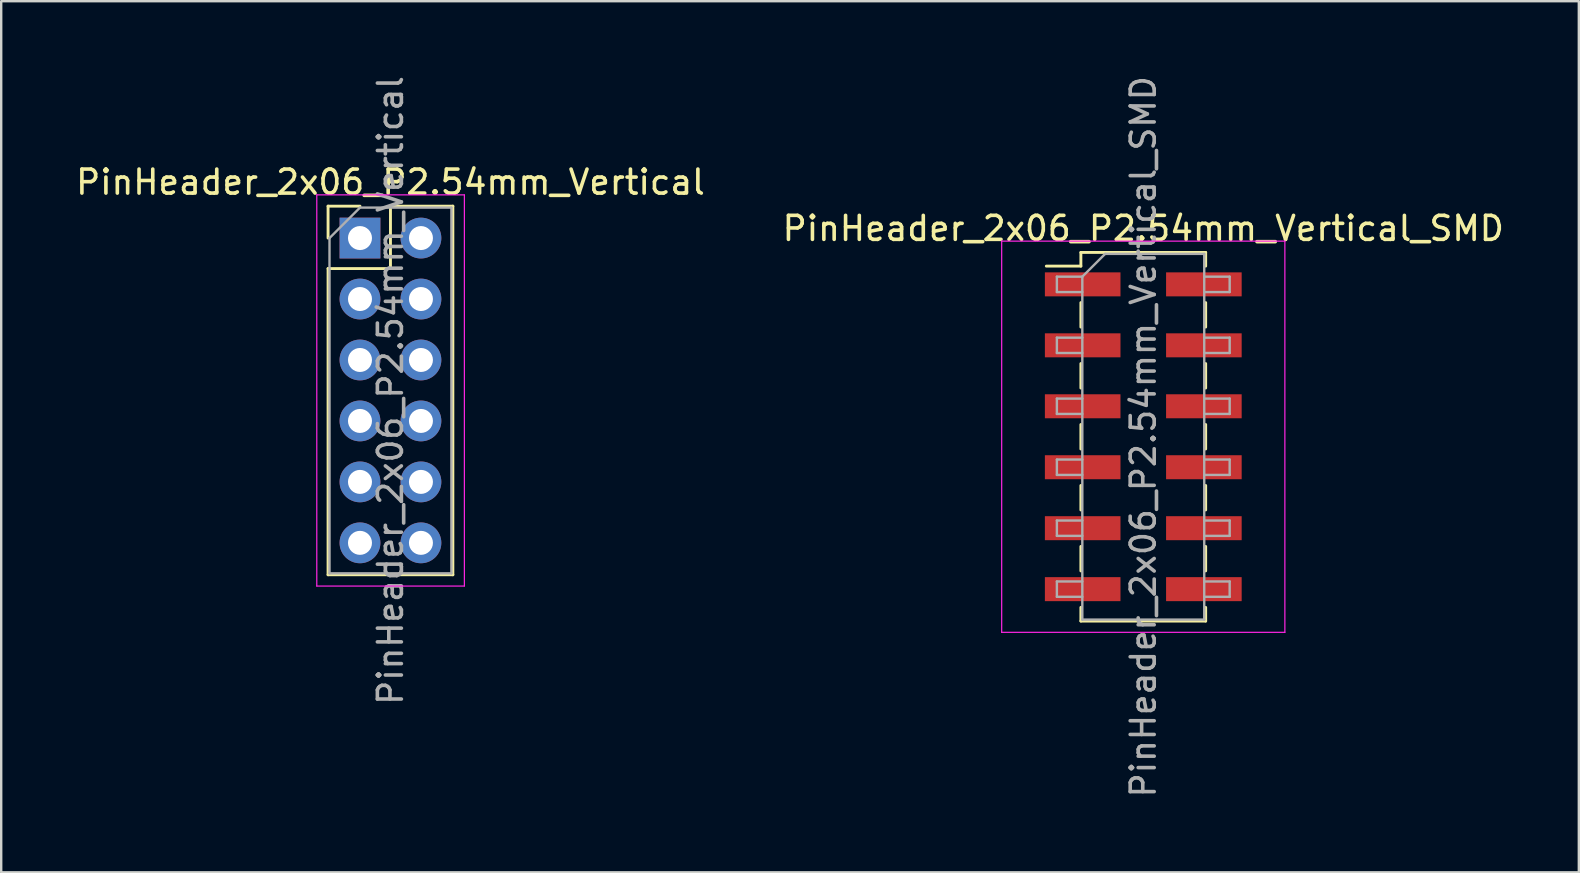
<source format=kicad_pcb>
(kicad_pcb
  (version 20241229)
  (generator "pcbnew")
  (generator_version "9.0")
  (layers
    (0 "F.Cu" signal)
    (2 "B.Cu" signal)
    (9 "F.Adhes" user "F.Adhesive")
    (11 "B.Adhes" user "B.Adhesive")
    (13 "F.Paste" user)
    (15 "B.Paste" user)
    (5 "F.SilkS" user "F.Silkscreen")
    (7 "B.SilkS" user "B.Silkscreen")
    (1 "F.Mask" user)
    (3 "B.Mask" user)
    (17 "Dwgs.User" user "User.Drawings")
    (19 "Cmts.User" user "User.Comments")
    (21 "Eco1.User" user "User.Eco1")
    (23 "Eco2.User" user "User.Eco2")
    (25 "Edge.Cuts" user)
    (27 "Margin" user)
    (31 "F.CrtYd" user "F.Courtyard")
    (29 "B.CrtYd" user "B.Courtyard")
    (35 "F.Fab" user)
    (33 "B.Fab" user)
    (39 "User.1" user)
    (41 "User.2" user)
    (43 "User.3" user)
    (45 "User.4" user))
  (footprint "PinHeader_2x06_P2.54mm_Vertical"
    (layer "F.Cu")
    (at 11.95 6.87)
    (property "Reference" "PinHeader_2x06_P2.54mm_Vertical" (at 1.27 -2.33 0) (layer "F.SilkS") (effects (font (size 1 1) (thickness 0.15))))
    (attr through_hole)
    (fp_line (start -1.33 -1.33) (end 0 -1.33) (stroke (width 0.12) (type solid)) (layer "F.SilkS"))
    (fp_line (start -1.33 0) (end -1.33 -1.33) (stroke (width 0.12) (type solid)) (layer "F.SilkS"))
    (fp_line (start -1.33 1.27) (end -1.33 14.03) (stroke (width 0.12) (type solid)) (layer "F.SilkS"))
    (fp_line (start -1.33 1.27) (end 1.27 1.27) (stroke (width 0.12) (type solid)) (layer "F.SilkS"))
    (fp_line (start -1.33 14.03) (end 3.87 14.03) (stroke (width 0.12) (type solid)) (layer "F.SilkS"))
    (fp_line (start 1.27 -1.33) (end 3.87 -1.33) (stroke (width 0.12) (type solid)) (layer "F.SilkS"))
    (fp_line (start 1.27 1.27) (end 1.27 -1.33) (stroke (width 0.12) (type solid)) (layer "F.SilkS"))
    (fp_line (start 3.87 -1.33) (end 3.87 14.03) (stroke (width 0.12) (type solid)) (layer "F.SilkS"))
    (fp_line (start -1.8 -1.8) (end -1.8 14.5) (stroke (width 0.05) (type solid)) (layer "F.CrtYd"))
    (fp_line (start -1.8 14.5) (end 4.35 14.5) (stroke (width 0.05) (type solid)) (layer "F.CrtYd"))
    (fp_line (start 4.35 -1.8) (end -1.8 -1.8) (stroke (width 0.05) (type solid)) (layer "F.CrtYd"))
    (fp_line (start 4.35 14.5) (end 4.35 -1.8) (stroke (width 0.05) (type solid)) (layer "F.CrtYd"))
    (fp_line (start -1.27 0) (end 0 -1.27) (stroke (width 0.1) (type solid)) (layer "F.Fab"))
    (fp_line (start -1.27 13.97) (end -1.27 0) (stroke (width 0.1) (type solid)) (layer "F.Fab"))
    (fp_line (start 0 -1.27) (end 3.81 -1.27) (stroke (width 0.1) (type solid)) (layer "F.Fab"))
    (fp_line (start 3.81 -1.27) (end 3.81 13.97) (stroke (width 0.1) (type solid)) (layer "F.Fab"))
    (fp_line (start 3.81 13.97) (end -1.27 13.97) (stroke (width 0.1) (type solid)) (layer "F.Fab"))
    (fp_text user "${REFERENCE}" (at 1.27 6.35 90) (layer "F.Fab") (effects (font (size 1 1) (thickness 0.15))))
    (pad "1" thru_hole rect (at 0 0) (size 1.7 1.7) (drill 1) (layers "*.Cu" "*.Mask"))
    (pad "2" thru_hole oval (at 2.54 0) (size 1.7 1.7) (drill 1) (layers "*.Cu" "*.Mask"))
    (pad "3" thru_hole oval (at 0 2.54) (size 1.7 1.7) (drill 1) (layers "*.Cu" "*.Mask"))
    (pad "4" thru_hole oval (at 2.54 2.54) (size 1.7 1.7) (drill 1) (layers "*.Cu" "*.Mask"))
    (pad "5" thru_hole oval (at 0 5.08) (size 1.7 1.7) (drill 1) (layers "*.Cu" "*.Mask"))
    (pad "6" thru_hole oval (at 2.54 5.08) (size 1.7 1.7) (drill 1) (layers "*.Cu" "*.Mask"))
    (pad "7" thru_hole oval (at 0 7.62) (size 1.7 1.7) (drill 1) (layers "*.Cu" "*.Mask"))
    (pad "8" thru_hole oval (at 2.54 7.62) (size 1.7 1.7) (drill 1) (layers "*.Cu" "*.Mask"))
    (pad "9" thru_hole oval (at 0 10.16) (size 1.7 1.7) (drill 1) (layers "*.Cu" "*.Mask"))
    (pad "10" thru_hole oval (at 2.54 10.16) (size 1.7 1.7) (drill 1) (layers "*.Cu" "*.Mask"))
    (pad "11" thru_hole oval (at 0 12.7) (size 1.7 1.7) (drill 1) (layers "*.Cu" "*.Mask"))
    (pad "12" thru_hole oval (at 2.54 12.7) (size 1.7 1.7) (drill 1) (layers "*.Cu" "*.Mask")))
  (footprint "PinHeader_2x06_P2.54mm_Vertical_SMD"
    (layer "F.Cu")
    (at 44.589 15.149)
    (property "Reference" "PinHeader_2x06_P2.54mm_Vertical_SMD" (at 0 -8.68 0) (layer "F.SilkS") (effects (font (size 1 1) (thickness 0.15))))
    (attr smd)
    (fp_line (start -4.04 -7.11) (end -2.6 -7.11) (stroke (width 0.12) (type solid)) (layer "F.SilkS"))
    (fp_line (start -2.6 -7.68) (end -2.6 -7.11) (stroke (width 0.12) (type solid)) (layer "F.SilkS"))
    (fp_line (start -2.6 -7.68) (end 2.6 -7.68) (stroke (width 0.12) (type solid)) (layer "F.SilkS"))
    (fp_line (start -2.6 -5.59) (end -2.6 -4.57) (stroke (width 0.12) (type solid)) (layer "F.SilkS"))
    (fp_line (start -2.6 -3.05) (end -2.6 -2.03) (stroke (width 0.12) (type solid)) (layer "F.SilkS"))
    (fp_line (start -2.6 -0.51) (end -2.6 0.51) (stroke (width 0.12) (type solid)) (layer "F.SilkS"))
    (fp_line (start -2.6 2.03) (end -2.6 3.05) (stroke (width 0.12) (type solid)) (layer "F.SilkS"))
    (fp_line (start -2.6 4.57) (end -2.6 5.59) (stroke (width 0.12) (type solid)) (layer "F.SilkS"))
    (fp_line (start -2.6 7.11) (end -2.6 7.68) (stroke (width 0.12) (type solid)) (layer "F.SilkS"))
    (fp_line (start -2.6 7.68) (end 2.6 7.68) (stroke (width 0.12) (type solid)) (layer "F.SilkS"))
    (fp_line (start 2.6 -7.68) (end 2.6 -7.11) (stroke (width 0.12) (type solid)) (layer "F.SilkS"))
    (fp_line (start 2.6 -5.59) (end 2.6 -4.57) (stroke (width 0.12) (type solid)) (layer "F.SilkS"))
    (fp_line (start 2.6 -3.05) (end 2.6 -2.03) (stroke (width 0.12) (type solid)) (layer "F.SilkS"))
    (fp_line (start 2.6 -0.51) (end 2.6 0.51) (stroke (width 0.12) (type solid)) (layer "F.SilkS"))
    (fp_line (start 2.6 2.03) (end 2.6 3.05) (stroke (width 0.12) (type solid)) (layer "F.SilkS"))
    (fp_line (start 2.6 4.57) (end 2.6 5.59) (stroke (width 0.12) (type solid)) (layer "F.SilkS"))
    (fp_line (start 2.6 7.11) (end 2.6 7.68) (stroke (width 0.12) (type solid)) (layer "F.SilkS"))
    (fp_line (start -5.9 -8.15) (end -5.9 8.15) (stroke (width 0.05) (type solid)) (layer "F.CrtYd"))
    (fp_line (start -5.9 8.15) (end 5.9 8.15) (stroke (width 0.05) (type solid)) (layer "F.CrtYd"))
    (fp_line (start 5.9 -8.15) (end -5.9 -8.15) (stroke (width 0.05) (type solid)) (layer "F.CrtYd"))
    (fp_line (start 5.9 8.15) (end 5.9 -8.15) (stroke (width 0.05) (type solid)) (layer "F.CrtYd"))
    (fp_line (start -3.6 -6.67) (end -3.6 -6.03) (stroke (width 0.1) (type solid)) (layer "F.Fab"))
    (fp_line (start -3.6 -6.03) (end -2.54 -6.03) (stroke (width 0.1) (type solid)) (layer "F.Fab"))
    (fp_line (start -3.6 -4.13) (end -3.6 -3.49) (stroke (width 0.1) (type solid)) (layer "F.Fab"))
    (fp_line (start -3.6 -3.49) (end -2.54 -3.49) (stroke (width 0.1) (type solid)) (layer "F.Fab"))
    (fp_line (start -3.6 -1.59) (end -3.6 -0.95) (stroke (width 0.1) (type solid)) (layer "F.Fab"))
    (fp_line (start -3.6 -0.95) (end -2.54 -0.95) (stroke (width 0.1) (type solid)) (layer "F.Fab"))
    (fp_line (start -3.6 0.95) (end -3.6 1.59) (stroke (width 0.1) (type solid)) (layer "F.Fab"))
    (fp_line (start -3.6 1.59) (end -2.54 1.59) (stroke (width 0.1) (type solid)) (layer "F.Fab"))
    (fp_line (start -3.6 3.49) (end -3.6 4.13) (stroke (width 0.1) (type solid)) (layer "F.Fab"))
    (fp_line (start -3.6 4.13) (end -2.54 4.13) (stroke (width 0.1) (type solid)) (layer "F.Fab"))
    (fp_line (start -3.6 6.03) (end -3.6 6.67) (stroke (width 0.1) (type solid)) (layer "F.Fab"))
    (fp_line (start -3.6 6.67) (end -2.54 6.67) (stroke (width 0.1) (type solid)) (layer "F.Fab"))
    (fp_line (start -2.54 -6.67) (end -3.6 -6.67) (stroke (width 0.1) (type solid)) (layer "F.Fab"))
    (fp_line (start -2.54 -6.67) (end -1.59 -7.62) (stroke (width 0.1) (type solid)) (layer "F.Fab"))
    (fp_line (start -2.54 -4.13) (end -3.6 -4.13) (stroke (width 0.1) (type solid)) (layer "F.Fab"))
    (fp_line (start -2.54 -1.59) (end -3.6 -1.59) (stroke (width 0.1) (type solid)) (layer "F.Fab"))
    (fp_line (start -2.54 0.95) (end -3.6 0.95) (stroke (width 0.1) (type solid)) (layer "F.Fab"))
    (fp_line (start -2.54 3.49) (end -3.6 3.49) (stroke (width 0.1) (type solid)) (layer "F.Fab"))
    (fp_line (start -2.54 6.03) (end -3.6 6.03) (stroke (width 0.1) (type solid)) (layer "F.Fab"))
    (fp_line (start -2.54 7.62) (end -2.54 -6.67) (stroke (width 0.1) (type solid)) (layer "F.Fab"))
    (fp_line (start -1.59 -7.62) (end 2.54 -7.62) (stroke (width 0.1) (type solid)) (layer "F.Fab"))
    (fp_line (start 2.54 -7.62) (end 2.54 7.62) (stroke (width 0.1) (type solid)) (layer "F.Fab"))
    (fp_line (start 2.54 -6.67) (end 3.6 -6.67) (stroke (width 0.1) (type solid)) (layer "F.Fab"))
    (fp_line (start 2.54 -4.13) (end 3.6 -4.13) (stroke (width 0.1) (type solid)) (layer "F.Fab"))
    (fp_line (start 2.54 -1.59) (end 3.6 -1.59) (stroke (width 0.1) (type solid)) (layer "F.Fab"))
    (fp_line (start 2.54 0.95) (end 3.6 0.95) (stroke (width 0.1) (type solid)) (layer "F.Fab"))
    (fp_line (start 2.54 3.49) (end 3.6 3.49) (stroke (width 0.1) (type solid)) (layer "F.Fab"))
    (fp_line (start 2.54 6.03) (end 3.6 6.03) (stroke (width 0.1) (type solid)) (layer "F.Fab"))
    (fp_line (start 2.54 7.62) (end -2.54 7.62) (stroke (width 0.1) (type solid)) (layer "F.Fab"))
    (fp_line (start 3.6 -6.67) (end 3.6 -6.03) (stroke (width 0.1) (type solid)) (layer "F.Fab"))
    (fp_line (start 3.6 -6.03) (end 2.54 -6.03) (stroke (width 0.1) (type solid)) (layer "F.Fab"))
    (fp_line (start 3.6 -4.13) (end 3.6 -3.49) (stroke (width 0.1) (type solid)) (layer "F.Fab"))
    (fp_line (start 3.6 -3.49) (end 2.54 -3.49) (stroke (width 0.1) (type solid)) (layer "F.Fab"))
    (fp_line (start 3.6 -1.59) (end 3.6 -0.95) (stroke (width 0.1) (type solid)) (layer "F.Fab"))
    (fp_line (start 3.6 -0.95) (end 2.54 -0.95) (stroke (width 0.1) (type solid)) (layer "F.Fab"))
    (fp_line (start 3.6 0.95) (end 3.6 1.59) (stroke (width 0.1) (type solid)) (layer "F.Fab"))
    (fp_line (start 3.6 1.59) (end 2.54 1.59) (stroke (width 0.1) (type solid)) (layer "F.Fab"))
    (fp_line (start 3.6 3.49) (end 3.6 4.13) (stroke (width 0.1) (type solid)) (layer "F.Fab"))
    (fp_line (start 3.6 4.13) (end 2.54 4.13) (stroke (width 0.1) (type solid)) (layer "F.Fab"))
    (fp_line (start 3.6 6.03) (end 3.6 6.67) (stroke (width 0.1) (type solid)) (layer "F.Fab"))
    (fp_line (start 3.6 6.67) (end 2.54 6.67) (stroke (width 0.1) (type solid)) (layer "F.Fab"))
    (fp_text user "${REFERENCE}" (at 0 0 90) (layer "F.Fab") (effects (font (size 1 1) (thickness 0.15))))
    (pad "1" smd rect (at -2.525 -6.35) (size 3.15 1) (layers "F.Cu" "F.Mask" "F.Paste"))
    (pad "2" smd rect (at 2.525 -6.35) (size 3.15 1) (layers "F.Cu" "F.Mask" "F.Paste"))
    (pad "3" smd rect (at -2.525 -3.81) (size 3.15 1) (layers "F.Cu" "F.Mask" "F.Paste"))
    (pad "4" smd rect (at 2.525 -3.81) (size 3.15 1) (layers "F.Cu" "F.Mask" "F.Paste"))
    (pad "5" smd rect (at -2.525 -1.27) (size 3.15 1) (layers "F.Cu" "F.Mask" "F.Paste"))
    (pad "6" smd rect (at 2.525 -1.27) (size 3.15 1) (layers "F.Cu" "F.Mask" "F.Paste"))
    (pad "7" smd rect (at -2.525 1.27) (size 3.15 1) (layers "F.Cu" "F.Mask" "F.Paste"))
    (pad "8" smd rect (at 2.525 1.27) (size 3.15 1) (layers "F.Cu" "F.Mask" "F.Paste"))
    (pad "9" smd rect (at -2.525 3.81) (size 3.15 1) (layers "F.Cu" "F.Mask" "F.Paste"))
    (pad "10" smd rect (at 2.525 3.81) (size 3.15 1) (layers "F.Cu" "F.Mask" "F.Paste"))
    (pad "11" smd rect (at -2.525 6.35) (size 3.15 1) (layers "F.Cu" "F.Mask" "F.Paste"))
    (pad "12" smd rect (at 2.525 6.35) (size 3.15 1) (layers "F.Cu" "F.Mask" "F.Paste")))
  (gr_rect
    (start -3 -3)
    (end 62.738 33.298)
    (stroke (width 0.1) (type default))
    (fill no)
    (layer "Edge.Cuts")))
</source>
